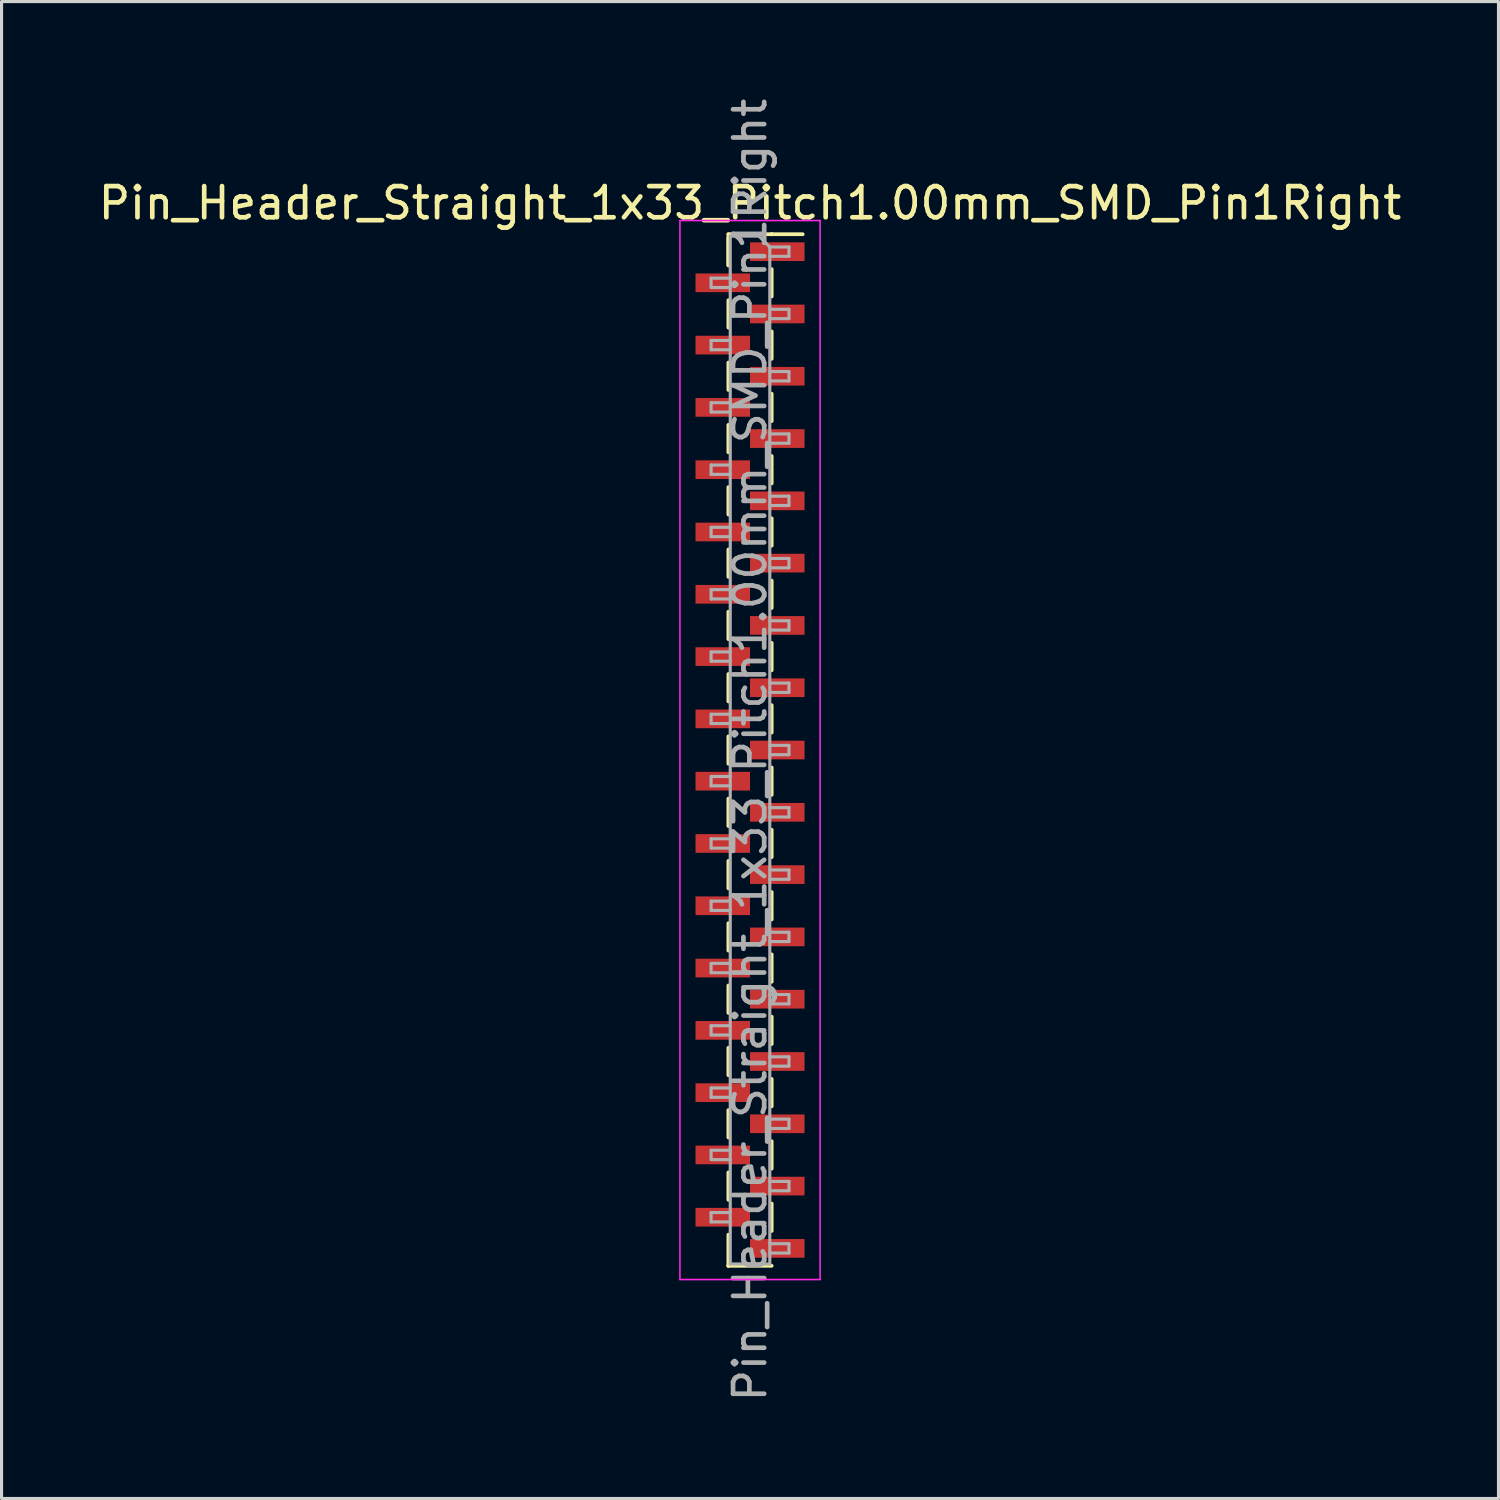
<source format=kicad_pcb>
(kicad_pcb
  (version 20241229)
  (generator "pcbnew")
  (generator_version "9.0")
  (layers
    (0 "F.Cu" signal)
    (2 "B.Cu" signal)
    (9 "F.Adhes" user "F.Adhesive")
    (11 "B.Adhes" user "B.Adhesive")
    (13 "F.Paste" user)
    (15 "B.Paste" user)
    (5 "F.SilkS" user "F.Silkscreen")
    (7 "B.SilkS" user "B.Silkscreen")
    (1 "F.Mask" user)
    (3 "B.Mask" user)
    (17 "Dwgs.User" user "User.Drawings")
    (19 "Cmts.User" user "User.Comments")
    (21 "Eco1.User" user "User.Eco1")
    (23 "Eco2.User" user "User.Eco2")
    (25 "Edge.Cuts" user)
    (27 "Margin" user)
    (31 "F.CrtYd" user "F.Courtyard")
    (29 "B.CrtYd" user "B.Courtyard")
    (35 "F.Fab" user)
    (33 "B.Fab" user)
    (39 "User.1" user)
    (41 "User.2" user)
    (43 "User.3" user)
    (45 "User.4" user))
  (footprint "Pin_Header_Straight_1x33_Pitch1.00mm_SMD_Pin1Right"
    (layer "F.Cu")
    (at 21.03 21.03)
    (property "Reference" "Pin_Header_Straight_1x33_Pitch1.00mm_SMD_Pin1Right" (at 0 -17.56 0) (layer "F.SilkS") (effects (font (size 1 1) (thickness 0.15))))
    (attr smd)
    (fp_line (start -0.695 -16.56) (end -0.695 -15.56) (stroke (width 0.12) (type solid)) (layer "F.SilkS"))
    (fp_line (start -0.695 -16.56) (end 0.695 -16.56) (stroke (width 0.12) (type solid)) (layer "F.SilkS"))
    (fp_line (start -0.695 -16.44) (end -0.695 -15.56) (stroke (width 0.12) (type solid)) (layer "F.SilkS"))
    (fp_line (start -0.695 -14.44) (end -0.695 -13.56) (stroke (width 0.12) (type solid)) (layer "F.SilkS"))
    (fp_line (start -0.695 -12.44) (end -0.695 -11.56) (stroke (width 0.12) (type solid)) (layer "F.SilkS"))
    (fp_line (start -0.695 -10.44) (end -0.695 -9.56) (stroke (width 0.12) (type solid)) (layer "F.SilkS"))
    (fp_line (start -0.695 -8.44) (end -0.695 -7.56) (stroke (width 0.12) (type solid)) (layer "F.SilkS"))
    (fp_line (start -0.695 -6.44) (end -0.695 -5.56) (stroke (width 0.12) (type solid)) (layer "F.SilkS"))
    (fp_line (start -0.695 -4.44) (end -0.695 -3.56) (stroke (width 0.12) (type solid)) (layer "F.SilkS"))
    (fp_line (start -0.695 -2.44) (end -0.695 -1.56) (stroke (width 0.12) (type solid)) (layer "F.SilkS"))
    (fp_line (start -0.695 -0.44) (end -0.695 0.44) (stroke (width 0.12) (type solid)) (layer "F.SilkS"))
    (fp_line (start -0.695 1.56) (end -0.695 2.44) (stroke (width 0.12) (type solid)) (layer "F.SilkS"))
    (fp_line (start -0.695 3.56) (end -0.695 4.44) (stroke (width 0.12) (type solid)) (layer "F.SilkS"))
    (fp_line (start -0.695 5.56) (end -0.695 6.44) (stroke (width 0.12) (type solid)) (layer "F.SilkS"))
    (fp_line (start -0.695 7.56) (end -0.695 8.44) (stroke (width 0.12) (type solid)) (layer "F.SilkS"))
    (fp_line (start -0.695 9.56) (end -0.695 10.44) (stroke (width 0.12) (type solid)) (layer "F.SilkS"))
    (fp_line (start -0.695 11.56) (end -0.695 12.44) (stroke (width 0.12) (type solid)) (layer "F.SilkS"))
    (fp_line (start -0.695 13.56) (end -0.695 14.44) (stroke (width 0.12) (type solid)) (layer "F.SilkS"))
    (fp_line (start -0.695 15.56) (end -0.695 16.56) (stroke (width 0.12) (type solid)) (layer "F.SilkS"))
    (fp_line (start -0.695 16.56) (end -0.695 16.56) (stroke (width 0.12) (type solid)) (layer "F.SilkS"))
    (fp_line (start -0.695 16.56) (end 0.695 16.56) (stroke (width 0.12) (type solid)) (layer "F.SilkS"))
    (fp_line (start 0.695 -16.56) (end 0.695 -16.56) (stroke (width 0.12) (type solid)) (layer "F.SilkS"))
    (fp_line (start 0.695 -16.56) (end 1.69 -16.56) (stroke (width 0.12) (type solid)) (layer "F.SilkS"))
    (fp_line (start 0.695 -15.44) (end 0.695 -14.56) (stroke (width 0.12) (type solid)) (layer "F.SilkS"))
    (fp_line (start 0.695 -13.44) (end 0.695 -12.56) (stroke (width 0.12) (type solid)) (layer "F.SilkS"))
    (fp_line (start 0.695 -11.44) (end 0.695 -10.56) (stroke (width 0.12) (type solid)) (layer "F.SilkS"))
    (fp_line (start 0.695 -9.44) (end 0.695 -8.56) (stroke (width 0.12) (type solid)) (layer "F.SilkS"))
    (fp_line (start 0.695 -7.44) (end 0.695 -6.56) (stroke (width 0.12) (type solid)) (layer "F.SilkS"))
    (fp_line (start 0.695 -5.44) (end 0.695 -4.56) (stroke (width 0.12) (type solid)) (layer "F.SilkS"))
    (fp_line (start 0.695 -3.44) (end 0.695 -2.56) (stroke (width 0.12) (type solid)) (layer "F.SilkS"))
    (fp_line (start 0.695 -1.44) (end 0.695 -0.56) (stroke (width 0.12) (type solid)) (layer "F.SilkS"))
    (fp_line (start 0.695 0.56) (end 0.695 1.44) (stroke (width 0.12) (type solid)) (layer "F.SilkS"))
    (fp_line (start 0.695 2.56) (end 0.695 3.44) (stroke (width 0.12) (type solid)) (layer "F.SilkS"))
    (fp_line (start 0.695 4.56) (end 0.695 5.44) (stroke (width 0.12) (type solid)) (layer "F.SilkS"))
    (fp_line (start 0.695 6.56) (end 0.695 7.44) (stroke (width 0.12) (type solid)) (layer "F.SilkS"))
    (fp_line (start 0.695 8.56) (end 0.695 9.44) (stroke (width 0.12) (type solid)) (layer "F.SilkS"))
    (fp_line (start 0.695 10.56) (end 0.695 11.44) (stroke (width 0.12) (type solid)) (layer "F.SilkS"))
    (fp_line (start 0.695 12.56) (end 0.695 13.44) (stroke (width 0.12) (type solid)) (layer "F.SilkS"))
    (fp_line (start 0.695 14.56) (end 0.695 15.44) (stroke (width 0.12) (type solid)) (layer "F.SilkS"))
    (fp_line (start -2.25 -17) (end -2.25 17) (stroke (width 0.05) (type solid)) (layer "F.CrtYd"))
    (fp_line (start -2.25 17) (end 2.25 17) (stroke (width 0.05) (type solid)) (layer "F.CrtYd"))
    (fp_line (start 2.25 -17) (end -2.25 -17) (stroke (width 0.05) (type solid)) (layer "F.CrtYd"))
    (fp_line (start 2.25 17) (end 2.25 -17) (stroke (width 0.05) (type solid)) (layer "F.CrtYd"))
    (fp_line (start -1.25 -15.15) (end -1.25 -14.85) (stroke (width 0.1) (type solid)) (layer "F.Fab"))
    (fp_line (start -1.25 -14.85) (end -0.635 -14.85) (stroke (width 0.1) (type solid)) (layer "F.Fab"))
    (fp_line (start -1.25 -13.15) (end -1.25 -12.85) (stroke (width 0.1) (type solid)) (layer "F.Fab"))
    (fp_line (start -1.25 -12.85) (end -0.635 -12.85) (stroke (width 0.1) (type solid)) (layer "F.Fab"))
    (fp_line (start -1.25 -11.15) (end -1.25 -10.85) (stroke (width 0.1) (type solid)) (layer "F.Fab"))
    (fp_line (start -1.25 -10.85) (end -0.635 -10.85) (stroke (width 0.1) (type solid)) (layer "F.Fab"))
    (fp_line (start -1.25 -9.15) (end -1.25 -8.85) (stroke (width 0.1) (type solid)) (layer "F.Fab"))
    (fp_line (start -1.25 -8.85) (end -0.635 -8.85) (stroke (width 0.1) (type solid)) (layer "F.Fab"))
    (fp_line (start -1.25 -7.15) (end -1.25 -6.85) (stroke (width 0.1) (type solid)) (layer "F.Fab"))
    (fp_line (start -1.25 -6.85) (end -0.635 -6.85) (stroke (width 0.1) (type solid)) (layer "F.Fab"))
    (fp_line (start -1.25 -5.15) (end -1.25 -4.85) (stroke (width 0.1) (type solid)) (layer "F.Fab"))
    (fp_line (start -1.25 -4.85) (end -0.635 -4.85) (stroke (width 0.1) (type solid)) (layer "F.Fab"))
    (fp_line (start -1.25 -3.15) (end -1.25 -2.85) (stroke (width 0.1) (type solid)) (layer "F.Fab"))
    (fp_line (start -1.25 -2.85) (end -0.635 -2.85) (stroke (width 0.1) (type solid)) (layer "F.Fab"))
    (fp_line (start -1.25 -1.15) (end -1.25 -0.85) (stroke (width 0.1) (type solid)) (layer "F.Fab"))
    (fp_line (start -1.25 -0.85) (end -0.635 -0.85) (stroke (width 0.1) (type solid)) (layer "F.Fab"))
    (fp_line (start -1.25 0.85) (end -1.25 1.15) (stroke (width 0.1) (type solid)) (layer "F.Fab"))
    (fp_line (start -1.25 1.15) (end -0.635 1.15) (stroke (width 0.1) (type solid)) (layer "F.Fab"))
    (fp_line (start -1.25 2.85) (end -1.25 3.15) (stroke (width 0.1) (type solid)) (layer "F.Fab"))
    (fp_line (start -1.25 3.15) (end -0.635 3.15) (stroke (width 0.1) (type solid)) (layer "F.Fab"))
    (fp_line (start -1.25 4.85) (end -1.25 5.15) (stroke (width 0.1) (type solid)) (layer "F.Fab"))
    (fp_line (start -1.25 5.15) (end -0.635 5.15) (stroke (width 0.1) (type solid)) (layer "F.Fab"))
    (fp_line (start -1.25 6.85) (end -1.25 7.15) (stroke (width 0.1) (type solid)) (layer "F.Fab"))
    (fp_line (start -1.25 7.15) (end -0.635 7.15) (stroke (width 0.1) (type solid)) (layer "F.Fab"))
    (fp_line (start -1.25 8.85) (end -1.25 9.15) (stroke (width 0.1) (type solid)) (layer "F.Fab"))
    (fp_line (start -1.25 9.15) (end -0.635 9.15) (stroke (width 0.1) (type solid)) (layer "F.Fab"))
    (fp_line (start -1.25 10.85) (end -1.25 11.15) (stroke (width 0.1) (type solid)) (layer "F.Fab"))
    (fp_line (start -1.25 11.15) (end -0.635 11.15) (stroke (width 0.1) (type solid)) (layer "F.Fab"))
    (fp_line (start -1.25 12.85) (end -1.25 13.15) (stroke (width 0.1) (type solid)) (layer "F.Fab"))
    (fp_line (start -1.25 13.15) (end -0.635 13.15) (stroke (width 0.1) (type solid)) (layer "F.Fab"))
    (fp_line (start -1.25 14.85) (end -1.25 15.15) (stroke (width 0.1) (type solid)) (layer "F.Fab"))
    (fp_line (start -1.25 15.15) (end -0.635 15.15) (stroke (width 0.1) (type solid)) (layer "F.Fab"))
    (fp_line (start -0.635 -16.5) (end -0.635 16.5) (stroke (width 0.1) (type solid)) (layer "F.Fab"))
    (fp_line (start -0.635 -16.5) (end 0.285 -16.5) (stroke (width 0.1) (type solid)) (layer "F.Fab"))
    (fp_line (start -0.635 -15.15) (end -1.25 -15.15) (stroke (width 0.1) (type solid)) (layer "F.Fab"))
    (fp_line (start -0.635 -13.15) (end -1.25 -13.15) (stroke (width 0.1) (type solid)) (layer "F.Fab"))
    (fp_line (start -0.635 -11.15) (end -1.25 -11.15) (stroke (width 0.1) (type solid)) (layer "F.Fab"))
    (fp_line (start -0.635 -9.15) (end -1.25 -9.15) (stroke (width 0.1) (type solid)) (layer "F.Fab"))
    (fp_line (start -0.635 -7.15) (end -1.25 -7.15) (stroke (width 0.1) (type solid)) (layer "F.Fab"))
    (fp_line (start -0.635 -5.15) (end -1.25 -5.15) (stroke (width 0.1) (type solid)) (layer "F.Fab"))
    (fp_line (start -0.635 -3.15) (end -1.25 -3.15) (stroke (width 0.1) (type solid)) (layer "F.Fab"))
    (fp_line (start -0.635 -1.15) (end -1.25 -1.15) (stroke (width 0.1) (type solid)) (layer "F.Fab"))
    (fp_line (start -0.635 0.85) (end -1.25 0.85) (stroke (width 0.1) (type solid)) (layer "F.Fab"))
    (fp_line (start -0.635 2.85) (end -1.25 2.85) (stroke (width 0.1) (type solid)) (layer "F.Fab"))
    (fp_line (start -0.635 4.85) (end -1.25 4.85) (stroke (width 0.1) (type solid)) (layer "F.Fab"))
    (fp_line (start -0.635 6.85) (end -1.25 6.85) (stroke (width 0.1) (type solid)) (layer "F.Fab"))
    (fp_line (start -0.635 8.85) (end -1.25 8.85) (stroke (width 0.1) (type solid)) (layer "F.Fab"))
    (fp_line (start -0.635 10.85) (end -1.25 10.85) (stroke (width 0.1) (type solid)) (layer "F.Fab"))
    (fp_line (start -0.635 12.85) (end -1.25 12.85) (stroke (width 0.1) (type solid)) (layer "F.Fab"))
    (fp_line (start -0.635 14.85) (end -1.25 14.85) (stroke (width 0.1) (type solid)) (layer "F.Fab"))
    (fp_line (start 0.635 -16.15) (end 0.285 -16.5) (stroke (width 0.1) (type solid)) (layer "F.Fab"))
    (fp_line (start 0.635 -16.15) (end 1.25 -16.15) (stroke (width 0.1) (type solid)) (layer "F.Fab"))
    (fp_line (start 0.635 -14.15) (end 1.25 -14.15) (stroke (width 0.1) (type solid)) (layer "F.Fab"))
    (fp_line (start 0.635 -12.15) (end 1.25 -12.15) (stroke (width 0.1) (type solid)) (layer "F.Fab"))
    (fp_line (start 0.635 -10.15) (end 1.25 -10.15) (stroke (width 0.1) (type solid)) (layer "F.Fab"))
    (fp_line (start 0.635 -8.15) (end 1.25 -8.15) (stroke (width 0.1) (type solid)) (layer "F.Fab"))
    (fp_line (start 0.635 -6.15) (end 1.25 -6.15) (stroke (width 0.1) (type solid)) (layer "F.Fab"))
    (fp_line (start 0.635 -4.15) (end 1.25 -4.15) (stroke (width 0.1) (type solid)) (layer "F.Fab"))
    (fp_line (start 0.635 -2.15) (end 1.25 -2.15) (stroke (width 0.1) (type solid)) (layer "F.Fab"))
    (fp_line (start 0.635 -0.15) (end 1.25 -0.15) (stroke (width 0.1) (type solid)) (layer "F.Fab"))
    (fp_line (start 0.635 1.85) (end 1.25 1.85) (stroke (width 0.1) (type solid)) (layer "F.Fab"))
    (fp_line (start 0.635 3.85) (end 1.25 3.85) (stroke (width 0.1) (type solid)) (layer "F.Fab"))
    (fp_line (start 0.635 5.85) (end 1.25 5.85) (stroke (width 0.1) (type solid)) (layer "F.Fab"))
    (fp_line (start 0.635 7.85) (end 1.25 7.85) (stroke (width 0.1) (type solid)) (layer "F.Fab"))
    (fp_line (start 0.635 9.85) (end 1.25 9.85) (stroke (width 0.1) (type solid)) (layer "F.Fab"))
    (fp_line (start 0.635 11.85) (end 1.25 11.85) (stroke (width 0.1) (type solid)) (layer "F.Fab"))
    (fp_line (start 0.635 13.85) (end 1.25 13.85) (stroke (width 0.1) (type solid)) (layer "F.Fab"))
    (fp_line (start 0.635 15.85) (end 1.25 15.85) (stroke (width 0.1) (type solid)) (layer "F.Fab"))
    (fp_line (start 0.635 16.5) (end -0.635 16.5) (stroke (width 0.1) (type solid)) (layer "F.Fab"))
    (fp_line (start 0.635 16.5) (end 0.635 -16.15) (stroke (width 0.1) (type solid)) (layer "F.Fab"))
    (fp_line (start 1.25 -16.15) (end 1.25 -15.85) (stroke (width 0.1) (type solid)) (layer "F.Fab"))
    (fp_line (start 1.25 -15.85) (end 0.635 -15.85) (stroke (width 0.1) (type solid)) (layer "F.Fab"))
    (fp_line (start 1.25 -14.15) (end 1.25 -13.85) (stroke (width 0.1) (type solid)) (layer "F.Fab"))
    (fp_line (start 1.25 -13.85) (end 0.635 -13.85) (stroke (width 0.1) (type solid)) (layer "F.Fab"))
    (fp_line (start 1.25 -12.15) (end 1.25 -11.85) (stroke (width 0.1) (type solid)) (layer "F.Fab"))
    (fp_line (start 1.25 -11.85) (end 0.635 -11.85) (stroke (width 0.1) (type solid)) (layer "F.Fab"))
    (fp_line (start 1.25 -10.15) (end 1.25 -9.85) (stroke (width 0.1) (type solid)) (layer "F.Fab"))
    (fp_line (start 1.25 -9.85) (end 0.635 -9.85) (stroke (width 0.1) (type solid)) (layer "F.Fab"))
    (fp_line (start 1.25 -8.15) (end 1.25 -7.85) (stroke (width 0.1) (type solid)) (layer "F.Fab"))
    (fp_line (start 1.25 -7.85) (end 0.635 -7.85) (stroke (width 0.1) (type solid)) (layer "F.Fab"))
    (fp_line (start 1.25 -6.15) (end 1.25 -5.85) (stroke (width 0.1) (type solid)) (layer "F.Fab"))
    (fp_line (start 1.25 -5.85) (end 0.635 -5.85) (stroke (width 0.1) (type solid)) (layer "F.Fab"))
    (fp_line (start 1.25 -4.15) (end 1.25 -3.85) (stroke (width 0.1) (type solid)) (layer "F.Fab"))
    (fp_line (start 1.25 -3.85) (end 0.635 -3.85) (stroke (width 0.1) (type solid)) (layer "F.Fab"))
    (fp_line (start 1.25 -2.15) (end 1.25 -1.85) (stroke (width 0.1) (type solid)) (layer "F.Fab"))
    (fp_line (start 1.25 -1.85) (end 0.635 -1.85) (stroke (width 0.1) (type solid)) (layer "F.Fab"))
    (fp_line (start 1.25 -0.15) (end 1.25 0.15) (stroke (width 0.1) (type solid)) (layer "F.Fab"))
    (fp_line (start 1.25 0.15) (end 0.635 0.15) (stroke (width 0.1) (type solid)) (layer "F.Fab"))
    (fp_line (start 1.25 1.85) (end 1.25 2.15) (stroke (width 0.1) (type solid)) (layer "F.Fab"))
    (fp_line (start 1.25 2.15) (end 0.635 2.15) (stroke (width 0.1) (type solid)) (layer "F.Fab"))
    (fp_line (start 1.25 3.85) (end 1.25 4.15) (stroke (width 0.1) (type solid)) (layer "F.Fab"))
    (fp_line (start 1.25 4.15) (end 0.635 4.15) (stroke (width 0.1) (type solid)) (layer "F.Fab"))
    (fp_line (start 1.25 5.85) (end 1.25 6.15) (stroke (width 0.1) (type solid)) (layer "F.Fab"))
    (fp_line (start 1.25 6.15) (end 0.635 6.15) (stroke (width 0.1) (type solid)) (layer "F.Fab"))
    (fp_line (start 1.25 7.85) (end 1.25 8.15) (stroke (width 0.1) (type solid)) (layer "F.Fab"))
    (fp_line (start 1.25 8.15) (end 0.635 8.15) (stroke (width 0.1) (type solid)) (layer "F.Fab"))
    (fp_line (start 1.25 9.85) (end 1.25 10.15) (stroke (width 0.1) (type solid)) (layer "F.Fab"))
    (fp_line (start 1.25 10.15) (end 0.635 10.15) (stroke (width 0.1) (type solid)) (layer "F.Fab"))
    (fp_line (start 1.25 11.85) (end 1.25 12.15) (stroke (width 0.1) (type solid)) (layer "F.Fab"))
    (fp_line (start 1.25 12.15) (end 0.635 12.15) (stroke (width 0.1) (type solid)) (layer "F.Fab"))
    (fp_line (start 1.25 13.85) (end 1.25 14.15) (stroke (width 0.1) (type solid)) (layer "F.Fab"))
    (fp_line (start 1.25 14.15) (end 0.635 14.15) (stroke (width 0.1) (type solid)) (layer "F.Fab"))
    (fp_line (start 1.25 15.85) (end 1.25 16.15) (stroke (width 0.1) (type solid)) (layer "F.Fab"))
    (fp_line (start 1.25 16.15) (end 0.635 16.15) (stroke (width 0.1) (type solid)) (layer "F.Fab"))
    (fp_text user "${REFERENCE}" (at 0 0 90) (layer "F.Fab") (effects (font (size 1 1) (thickness 0.15))))
    (pad "1" smd rect (at 0.875 -16) (size 1.75 0.6) (layers "F.Cu" "F.Mask" "F.Paste"))
    (pad "2" smd rect (at -0.875 -15) (size 1.75 0.6) (layers "F.Cu" "F.Mask" "F.Paste"))
    (pad "3" smd rect (at 0.875 -14) (size 1.75 0.6) (layers "F.Cu" "F.Mask" "F.Paste"))
    (pad "4" smd rect (at -0.875 -13) (size 1.75 0.6) (layers "F.Cu" "F.Mask" "F.Paste"))
    (pad "5" smd rect (at 0.875 -12) (size 1.75 0.6) (layers "F.Cu" "F.Mask" "F.Paste"))
    (pad "6" smd rect (at -0.875 -11) (size 1.75 0.6) (layers "F.Cu" "F.Mask" "F.Paste"))
    (pad "7" smd rect (at 0.875 -10) (size 1.75 0.6) (layers "F.Cu" "F.Mask" "F.Paste"))
    (pad "8" smd rect (at -0.875 -9) (size 1.75 0.6) (layers "F.Cu" "F.Mask" "F.Paste"))
    (pad "9" smd rect (at 0.875 -8) (size 1.75 0.6) (layers "F.Cu" "F.Mask" "F.Paste"))
    (pad "10" smd rect (at -0.875 -7) (size 1.75 0.6) (layers "F.Cu" "F.Mask" "F.Paste"))
    (pad "11" smd rect (at 0.875 -6) (size 1.75 0.6) (layers "F.Cu" "F.Mask" "F.Paste"))
    (pad "12" smd rect (at -0.875 -5) (size 1.75 0.6) (layers "F.Cu" "F.Mask" "F.Paste"))
    (pad "13" smd rect (at 0.875 -4) (size 1.75 0.6) (layers "F.Cu" "F.Mask" "F.Paste"))
    (pad "14" smd rect (at -0.875 -3) (size 1.75 0.6) (layers "F.Cu" "F.Mask" "F.Paste"))
    (pad "15" smd rect (at 0.875 -2) (size 1.75 0.6) (layers "F.Cu" "F.Mask" "F.Paste"))
    (pad "16" smd rect (at -0.875 -1) (size 1.75 0.6) (layers "F.Cu" "F.Mask" "F.Paste"))
    (pad "17" smd rect (at 0.875 0) (size 1.75 0.6) (layers "F.Cu" "F.Mask" "F.Paste"))
    (pad "18" smd rect (at -0.875 1) (size 1.75 0.6) (layers "F.Cu" "F.Mask" "F.Paste"))
    (pad "19" smd rect (at 0.875 2) (size 1.75 0.6) (layers "F.Cu" "F.Mask" "F.Paste"))
    (pad "20" smd rect (at -0.875 3) (size 1.75 0.6) (layers "F.Cu" "F.Mask" "F.Paste"))
    (pad "21" smd rect (at 0.875 4) (size 1.75 0.6) (layers "F.Cu" "F.Mask" "F.Paste"))
    (pad "22" smd rect (at -0.875 5) (size 1.75 0.6) (layers "F.Cu" "F.Mask" "F.Paste"))
    (pad "23" smd rect (at 0.875 6) (size 1.75 0.6) (layers "F.Cu" "F.Mask" "F.Paste"))
    (pad "24" smd rect (at -0.875 7) (size 1.75 0.6) (layers "F.Cu" "F.Mask" "F.Paste"))
    (pad "25" smd rect (at 0.875 8) (size 1.75 0.6) (layers "F.Cu" "F.Mask" "F.Paste"))
    (pad "26" smd rect (at -0.875 9) (size 1.75 0.6) (layers "F.Cu" "F.Mask" "F.Paste"))
    (pad "27" smd rect (at 0.875 10) (size 1.75 0.6) (layers "F.Cu" "F.Mask" "F.Paste"))
    (pad "28" smd rect (at -0.875 11) (size 1.75 0.6) (layers "F.Cu" "F.Mask" "F.Paste"))
    (pad "29" smd rect (at 0.875 12) (size 1.75 0.6) (layers "F.Cu" "F.Mask" "F.Paste"))
    (pad "30" smd rect (at -0.875 13) (size 1.75 0.6) (layers "F.Cu" "F.Mask" "F.Paste"))
    (pad "31" smd rect (at 0.875 14) (size 1.75 0.6) (layers "F.Cu" "F.Mask" "F.Paste"))
    (pad "32" smd rect (at -0.875 15) (size 1.75 0.6) (layers "F.Cu" "F.Mask" "F.Paste"))
    (pad "33" smd rect (at 0.875 16) (size 1.75 0.6) (layers "F.Cu" "F.Mask" "F.Paste")))
  (gr_rect
    (start -3 -3)
    (end 45.06 45.06)
    (stroke (width 0.1) (type default))
    (fill no)
    (layer "Edge.Cuts")))
</source>
